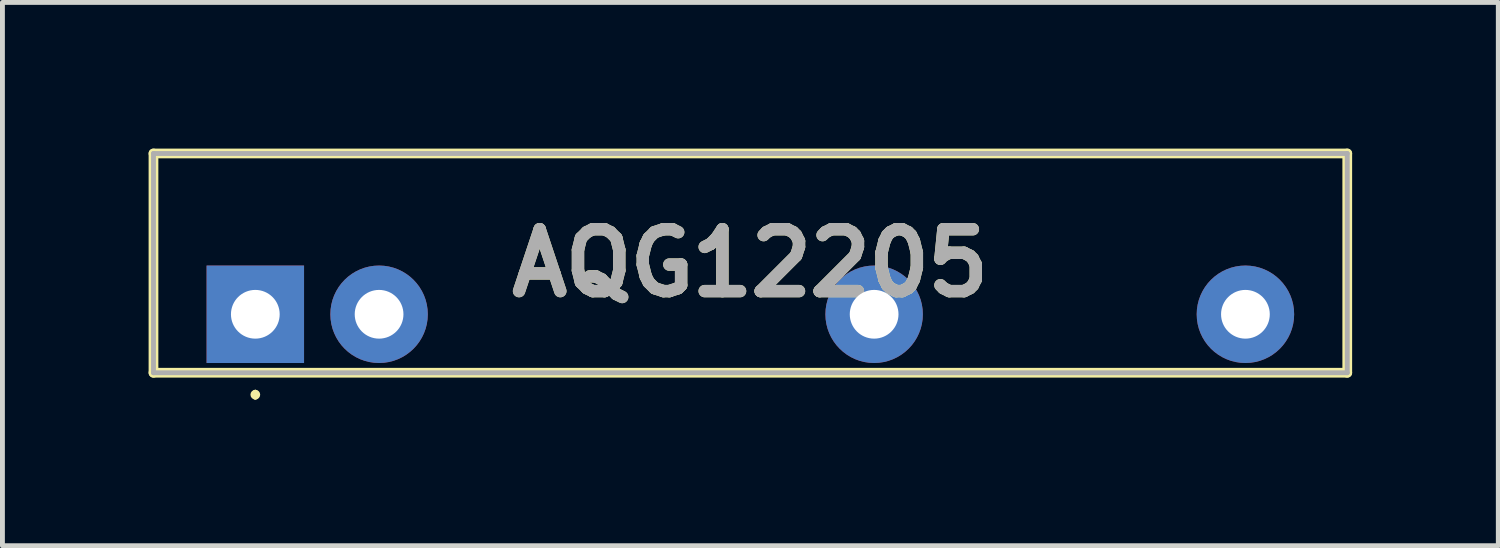
<source format=kicad_pcb>
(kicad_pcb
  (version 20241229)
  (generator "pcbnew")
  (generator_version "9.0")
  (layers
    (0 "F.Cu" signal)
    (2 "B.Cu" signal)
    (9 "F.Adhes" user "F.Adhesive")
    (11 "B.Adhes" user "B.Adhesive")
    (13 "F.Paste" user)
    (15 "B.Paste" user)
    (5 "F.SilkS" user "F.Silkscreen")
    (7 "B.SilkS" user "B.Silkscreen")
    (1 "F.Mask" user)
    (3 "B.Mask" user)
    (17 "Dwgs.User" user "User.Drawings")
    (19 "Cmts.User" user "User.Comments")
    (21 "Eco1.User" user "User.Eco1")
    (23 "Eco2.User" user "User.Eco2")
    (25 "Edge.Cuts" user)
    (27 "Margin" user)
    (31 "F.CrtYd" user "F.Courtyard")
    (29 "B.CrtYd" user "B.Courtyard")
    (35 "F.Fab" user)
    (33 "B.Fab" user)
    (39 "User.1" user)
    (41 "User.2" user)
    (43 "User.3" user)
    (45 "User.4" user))
  (footprint "AQG12205"
    (layer "F.Cu")
    (at 2.19 3.4)
    (property "Reference" "AQG12205" (at 10.16 -1.05 0) (layer "F.SilkS") (effects (font (size 1.27 1.27) (thickness 0.254))))
    (attr through_hole)
    (fp_line (start -2.09 -3.3) (end -2.09 1.2) (stroke (width 0.2) (type solid)) (layer "F.SilkS"))
    (fp_line (start -2.09 1.2) (end 22.41 1.2) (stroke (width 0.2) (type solid)) (layer "F.SilkS"))
    (fp_line (start 0 1.6) (end 0 1.6) (stroke (width 0.1) (type solid)) (layer "F.SilkS"))
    (fp_line (start 0 1.7) (end 0 1.7) (stroke (width 0.1) (type solid)) (layer "F.SilkS"))
    (fp_line (start 22.41 -3.3) (end -2.09 -3.3) (stroke (width 0.2) (type solid)) (layer "F.SilkS"))
    (fp_line (start 22.41 1.2) (end 22.41 -3.3) (stroke (width 0.2) (type solid)) (layer "F.SilkS"))
    (fp_arc (start 0 1.6) (mid 0.05 1.65) (end 0 1.7) (stroke (width 0.1) (type solid)) (layer "F.SilkS"))
    (fp_arc (start 0 1.7) (mid -0.05 1.65) (end 0 1.6) (stroke (width 0.1) (type solid)) (layer "F.SilkS"))
    (fp_line (start -2.09 -3.3) (end -2.09 1.2) (stroke (width 0.1) (type solid)) (layer "F.Fab"))
    (fp_line (start -2.09 1.2) (end 22.41 1.2) (stroke (width 0.1) (type solid)) (layer "F.Fab"))
    (fp_line (start 22.41 -3.3) (end -2.09 -3.3) (stroke (width 0.1) (type solid)) (layer "F.Fab"))
    (fp_line (start 22.41 1.2) (end 22.41 -3.3) (stroke (width 0.1) (type solid)) (layer "F.Fab"))
    (fp_text user "${REFERENCE}" (at 10.16 -1.05 0) (layer "F.Fab") (effects (font (size 1.27 1.27) (thickness 0.254))))
    (pad "1" thru_hole rect (at 0 0) (size 2 2) (drill 1) (layers "*.Cu" "*.Mask"))
    (pad "2" thru_hole circle (at 2.54 0) (size 2 2) (drill 1) (layers "*.Cu" "*.Mask"))
    (pad "3" thru_hole circle (at 12.7 0) (size 2 2) (drill 1) (layers "*.Cu" "*.Mask"))
    (pad "4" thru_hole circle (at 20.32 0) (size 2 2) (drill 1) (layers "*.Cu" "*.Mask")))
  (gr_rect
    (start -3 -3)
    (end 27.7 8.15)
    (stroke (width 0.1) (type default))
    (fill no)
    (layer "Edge.Cuts")))
</source>
